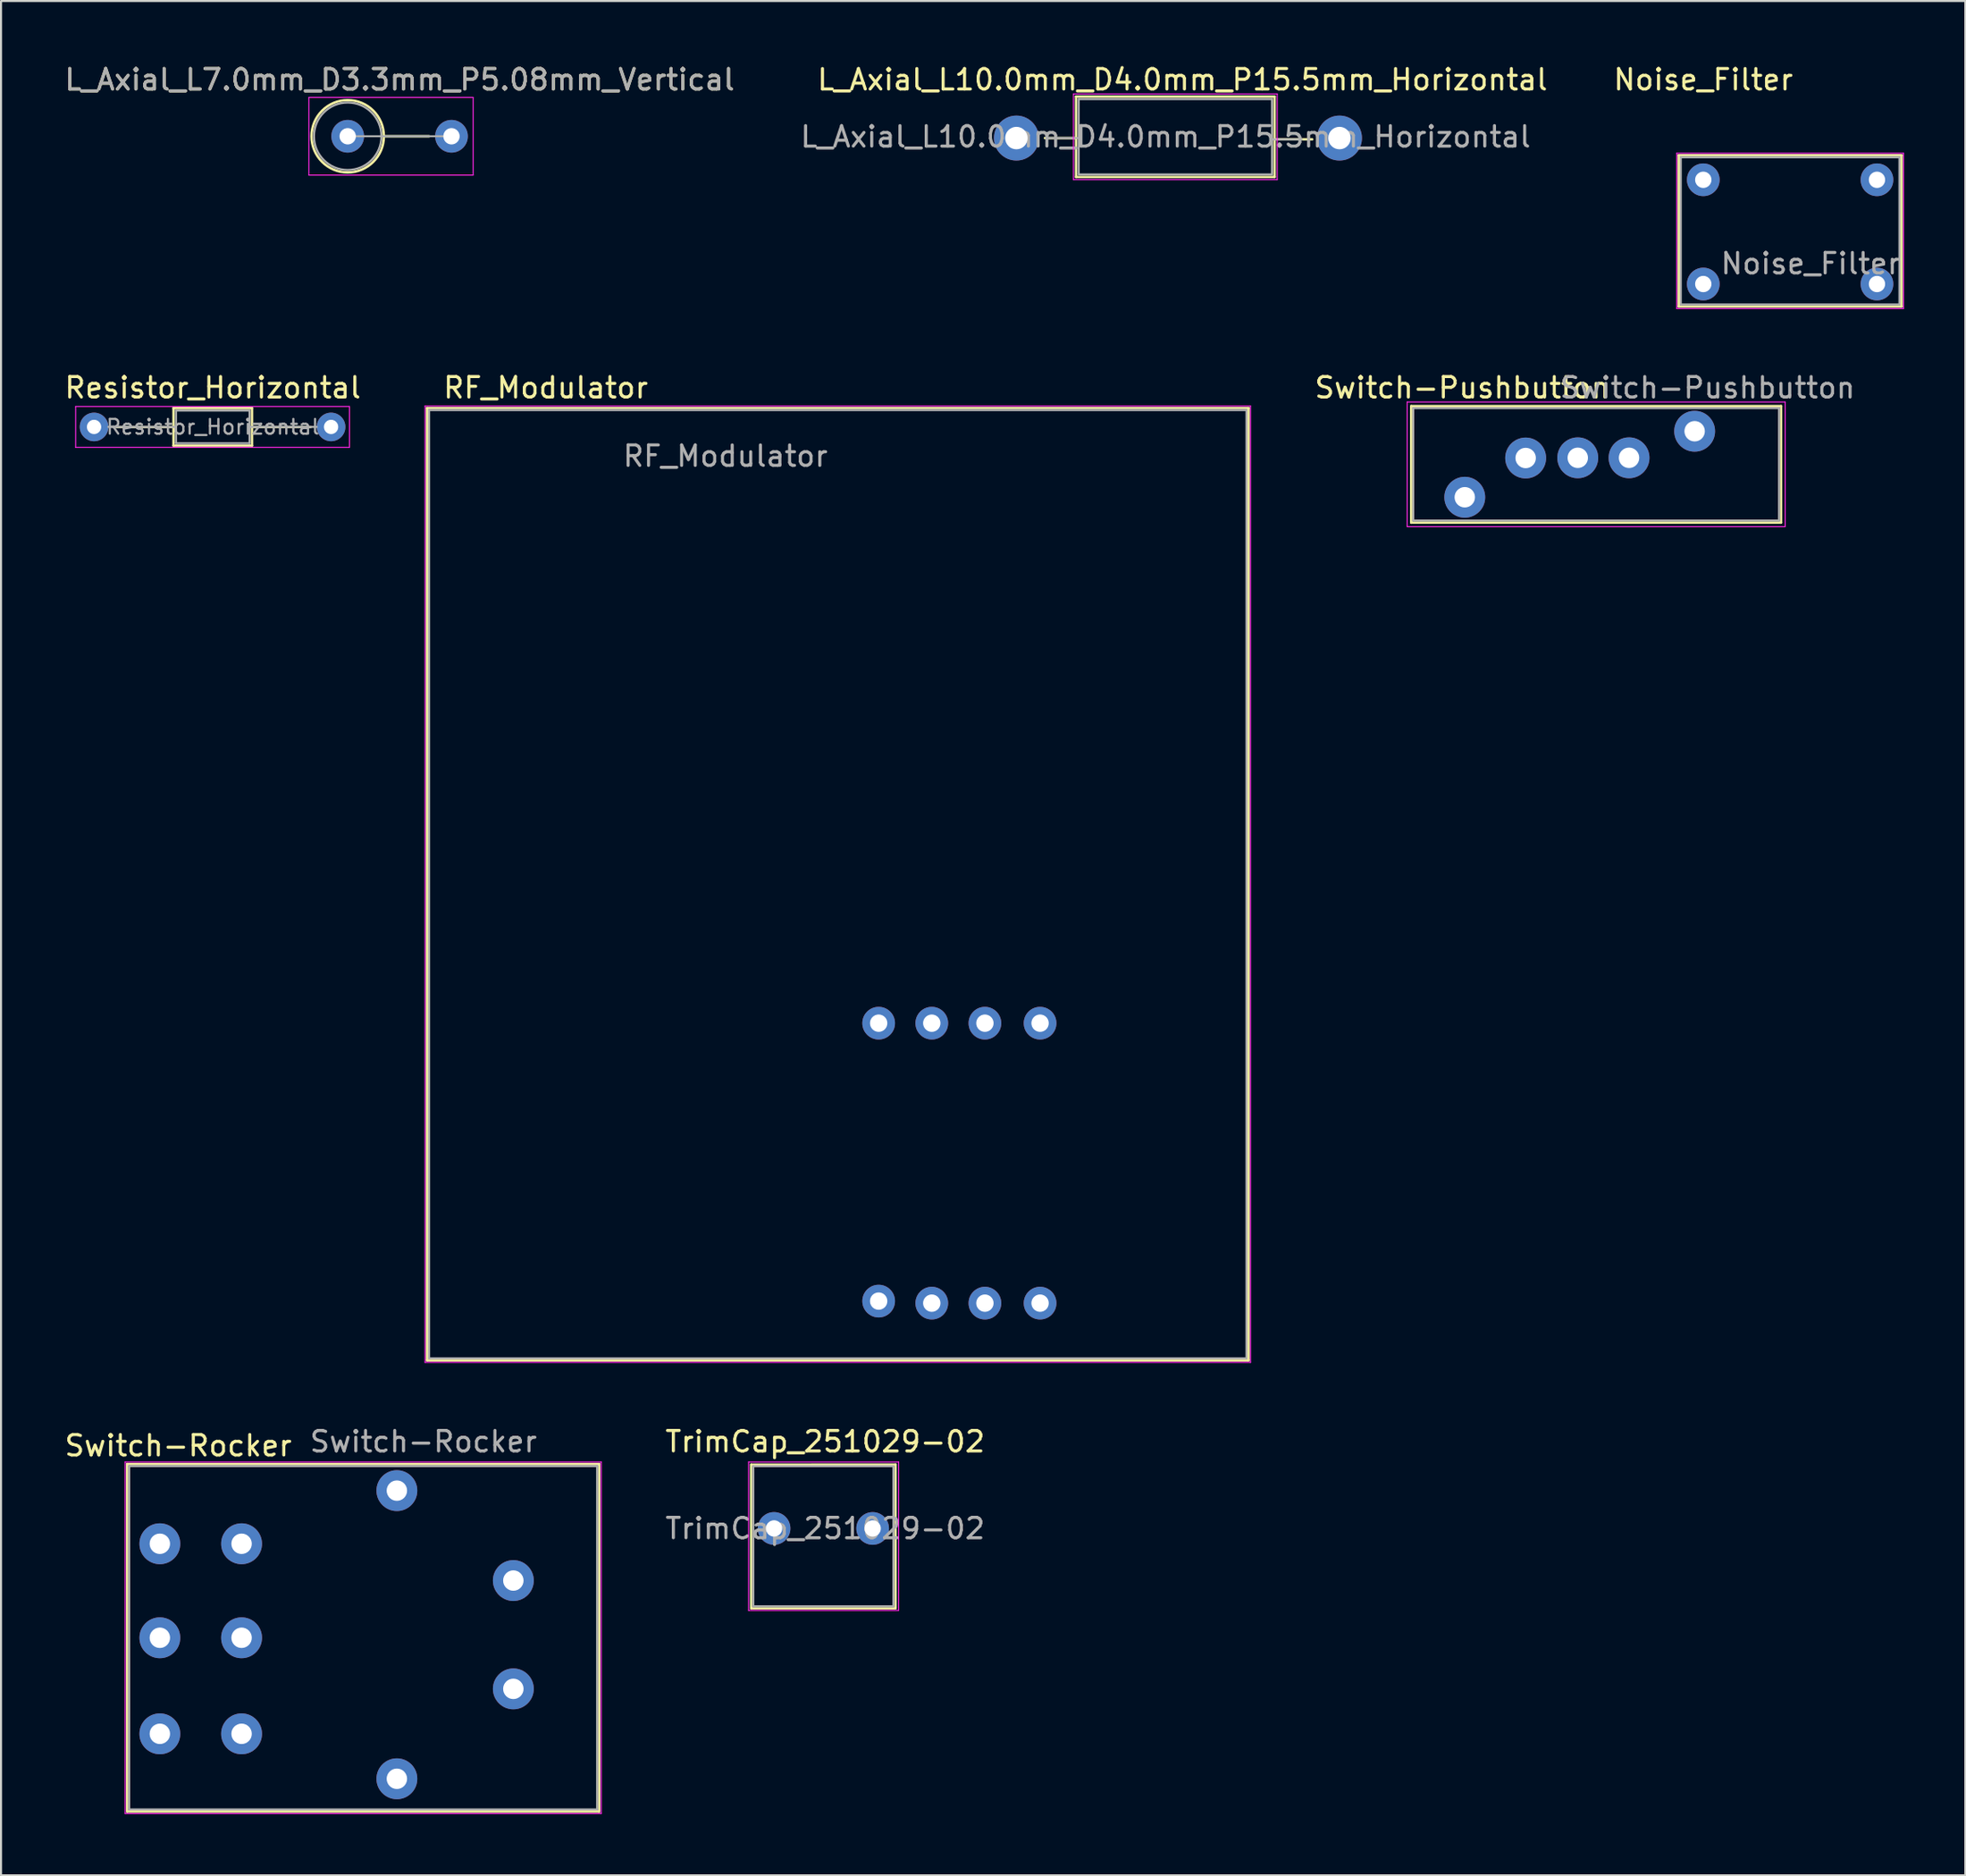
<source format=kicad_pcb>
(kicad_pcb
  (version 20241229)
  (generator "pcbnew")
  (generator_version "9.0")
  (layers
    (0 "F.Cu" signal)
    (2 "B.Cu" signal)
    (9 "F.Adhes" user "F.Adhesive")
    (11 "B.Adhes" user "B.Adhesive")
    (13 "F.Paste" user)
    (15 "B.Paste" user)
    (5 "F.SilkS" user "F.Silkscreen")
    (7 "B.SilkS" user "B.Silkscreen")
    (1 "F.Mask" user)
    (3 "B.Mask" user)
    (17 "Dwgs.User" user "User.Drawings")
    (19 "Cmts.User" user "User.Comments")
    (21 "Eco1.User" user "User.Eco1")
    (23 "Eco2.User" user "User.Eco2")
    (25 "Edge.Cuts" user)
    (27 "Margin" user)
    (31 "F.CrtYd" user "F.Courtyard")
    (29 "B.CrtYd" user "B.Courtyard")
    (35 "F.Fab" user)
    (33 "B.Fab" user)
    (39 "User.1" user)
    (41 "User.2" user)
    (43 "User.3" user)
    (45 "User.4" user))
  (footprint "Resistor_Horizontal"
    (layer "F.Cu")
    (at 3.553 17.841)
    (property "Reference" "Resistor_Horizontal" (at 3.81 -1.92 0) (layer "F.SilkS") (effects (font (size 1 1) (thickness 0.15))))
    (attr through_hole)
    (fp_line (start -0.9 0) (end 1.89 0) (stroke (width 0.12) (type solid)) (layer "F.SilkS"))
    (fp_line (start 1.89 -0.92) (end 1.89 0.92) (stroke (width 0.12) (type solid)) (layer "F.SilkS"))
    (fp_line (start 1.89 0.92) (end 5.73 0.92) (stroke (width 0.12) (type solid)) (layer "F.SilkS"))
    (fp_line (start 5.73 -0.92) (end 1.89 -0.92) (stroke (width 0.12) (type solid)) (layer "F.SilkS"))
    (fp_line (start 5.73 0.92) (end 5.73 -0.92) (stroke (width 0.12) (type solid)) (layer "F.SilkS"))
    (fp_line (start 8.6 0) (end 5.73 0) (stroke (width 0.12) (type solid)) (layer "F.SilkS"))
    (fp_line (start -2.9 -1) (end -2.9 1) (stroke (width 0.05) (type solid)) (layer "F.CrtYd"))
    (fp_line (start -2.9 1) (end 10.5 1) (stroke (width 0.05) (type solid)) (layer "F.CrtYd"))
    (fp_line (start 10.5 -1) (end -2.9 -1) (stroke (width 0.05) (type solid)) (layer "F.CrtYd"))
    (fp_line (start 10.5 1) (end 10.5 -1) (stroke (width 0.05) (type solid)) (layer "F.CrtYd"))
    (fp_line (start -1.3 0) (end 2.01 0) (stroke (width 0.1) (type solid)) (layer "F.Fab"))
    (fp_line (start 2.01 -0.8) (end 2.01 0.8) (stroke (width 0.1) (type solid)) (layer "F.Fab"))
    (fp_line (start 2.01 0.8) (end 5.61 0.8) (stroke (width 0.1) (type solid)) (layer "F.Fab"))
    (fp_line (start 5.61 -0.8) (end 2.01 -0.8) (stroke (width 0.1) (type solid)) (layer "F.Fab"))
    (fp_line (start 5.61 0.8) (end 5.61 -0.8) (stroke (width 0.1) (type solid)) (layer "F.Fab"))
    (fp_line (start 8.9 0) (end 5.61 0) (stroke (width 0.1) (type solid)) (layer "F.Fab"))
    (fp_text user "${REFERENCE}" (at 3.81 0 0) (layer "F.Fab") (effects (font (size 0.72 0.72) (thickness 0.108))))
    (pad "1" thru_hole circle (at -2 0) (size 1.4 1.4) (drill 0.7) (layers "*.Cu" "*.Mask"))
    (pad "2" thru_hole oval (at 9.6 0) (size 1.4 1.4) (drill 0.7) (layers "*.Cu" "*.Mask")))
  (footprint "RF_Modulator"
    (layer "F.Cu")
    (at 18.451 22.017)
    (property "Reference" "RF_Modulator" (at 5.207 -6.096 0) (layer "F.SilkS") (effects (font (size 1 1) (thickness 0.15))))
    (attr through_hole)
    (fp_line (start -0.6 -5.1) (end -0.6 41.5) (stroke (width 0.12) (type solid)) (layer "F.SilkS"))
    (fp_line (start -0.6 41.5) (end 39.6 41.5) (stroke (width 0.12) (type solid)) (layer "F.SilkS"))
    (fp_line (start 39.6 -5.1) (end -0.6 -5.1) (stroke (width 0.12) (type solid)) (layer "F.SilkS"))
    (fp_line (start 39.6 41.5) (end 39.6 -5.1) (stroke (width 0.12) (type solid)) (layer "F.SilkS"))
    (fp_line (start -0.7 -5.2) (end -0.7 41.6) (stroke (width 0.05) (type solid)) (layer "F.CrtYd"))
    (fp_line (start -0.7 41.6) (end 39.7 41.6) (stroke (width 0.05) (type solid)) (layer "F.CrtYd"))
    (fp_line (start 39.7 -5.2) (end -0.7 -5.2) (stroke (width 0.05) (type solid)) (layer "F.CrtYd"))
    (fp_line (start 39.7 41.6) (end 39.7 -5.2) (stroke (width 0.05) (type solid)) (layer "F.CrtYd"))
    (fp_line (start -0.5 -5) (end -0.5 41.4) (stroke (width 0.1) (type solid)) (layer "F.Fab"))
    (fp_line (start 39.5 -5) (end -0.5 -5) (stroke (width 0.1) (type solid)) (layer "F.Fab"))
    (fp_line (start 39.5 -5) (end 39.5 41.4) (stroke (width 0.1) (type solid)) (layer "F.Fab"))
    (fp_line (start 39.5 41.4) (end -0.5 41.4) (stroke (width 0.1) (type solid)) (layer "F.Fab"))
    (fp_text user "${REFERENCE}" (at 14 -2.75 0) (layer "F.Fab") (effects (font (size 1 1) (thickness 0.15))))
    (pad "1" thru_hole oval (at 21.5 38.6) (size 1.6 1.6) (drill 0.85) (layers "*.Cu" "*.Mask"))
    (pad "2" thru_hole oval (at 21.5 25) (size 1.6 1.6) (drill 0.85) (layers "*.Cu" "*.Mask"))
    (pad "3" thru_hole circle (at 26.7 38.7) (size 1.6 1.6) (drill 0.85) (layers "*.Cu" "*.Mask"))
    (pad "4" thru_hole oval (at 29.4 38.7) (size 1.6 1.6) (drill 0.85) (layers "*.Cu" "*.Mask"))
    (pad "5" thru_hole oval (at 24.1 38.7) (size 1.6 1.6) (drill 0.85) (layers "*.Cu" "*.Mask"))
    (pad "6" thru_hole oval (at 24.1 25) (size 1.6 1.6) (drill 0.85) (layers "*.Cu" "*.Mask"))
    (pad "7" thru_hole oval (at 26.7 25) (size 1.6 1.6) (drill 0.85) (layers "*.Cu" "*.Mask"))
    (pad "8" thru_hole oval (at 29.4 25) (size 1.6 1.6) (drill 0.85) (layers "*.Cu" "*.Mask")))
  (footprint "L_Axial_L10.0mm_D4.0mm_P15.5mm_Horizontal"
    (layer "F.Cu")
    (at 54.82 3.96)
    (property "Reference" "L_Axial_L10.0mm_D4.0mm_P15.5mm_Horizontal" (at 0 -3.111 0) (layer "F.SilkS") (effects (font (size 1 1) (thickness 0.15))))
    (attr through_hole)
    (fp_line (start -6.731 -0.254) (end -5.207 -0.254) (stroke (width 0.12) (type solid)) (layer "F.SilkS"))
    (fp_line (start -5.207 -2.286) (end -5.207 1.651) (stroke (width 0.12) (type solid)) (layer "F.SilkS"))
    (fp_line (start -5.207 1.651) (end 4.508 1.651) (stroke (width 0.12) (type solid)) (layer "F.SilkS"))
    (fp_line (start 4.508 -2.286) (end -5.207 -2.286) (stroke (width 0.12) (type solid)) (layer "F.SilkS"))
    (fp_line (start 4.508 1.651) (end 4.508 -2.286) (stroke (width 0.12) (type solid)) (layer "F.SilkS"))
    (fp_line (start 6.35 -0.191) (end 4.508 -0.191) (stroke (width 0.12) (type solid)) (layer "F.SilkS"))
    (fp_line (start -5.334 -2.413) (end -5.334 1.778) (stroke (width 0.05) (type solid)) (layer "F.CrtYd"))
    (fp_line (start -5.334 1.778) (end 4.636 1.778) (stroke (width 0.05) (type solid)) (layer "F.CrtYd"))
    (fp_line (start 4.636 -2.413) (end -5.334 -2.413) (stroke (width 0.05) (type solid)) (layer "F.CrtYd"))
    (fp_line (start 4.636 1.778) (end 4.636 -2.413) (stroke (width 0.05) (type solid)) (layer "F.CrtYd"))
    (fp_line (start -6.604 -0.254) (end -5.08 -0.254) (stroke (width 0.1) (type solid)) (layer "F.Fab"))
    (fp_line (start -5.08 -2.159) (end -5.08 1.524) (stroke (width 0.1) (type solid)) (layer "F.Fab"))
    (fp_line (start -5.08 1.524) (end 4.381 1.524) (stroke (width 0.1) (type solid)) (layer "F.Fab"))
    (fp_line (start 4.381 -2.159) (end -5.08 -2.159) (stroke (width 0.1) (type solid)) (layer "F.Fab"))
    (fp_line (start 4.381 1.524) (end 4.381 -2.159) (stroke (width 0.1) (type solid)) (layer "F.Fab"))
    (fp_line (start 5.842 -0.191) (end 4.381 -0.191) (stroke (width 0.1) (type solid)) (layer "F.Fab"))
    (fp_text user "${REFERENCE}" (at -0.826 -0.318 0) (layer "F.Fab") (effects (font (size 1 1) (thickness 0.15))))
    (pad "1" thru_hole circle (at -8.128 -0.254) (size 2.2 2.2) (drill 1.1) (layers "*.Cu" "*.Mask"))
    (pad "2" thru_hole oval (at 7.684 -0.254) (size 2.2 2.2) (drill 1.1) (layers "*.Cu" "*.Mask")))
  (footprint "Noise_Filter"
    (layer "F.Cu")
    (at 79.308 4.848)
    (property "Reference" "Noise_Filter" (at 1 -4 0) (layer "F.SilkS") (effects (font (size 1 1) (thickness 0.15))))
    (attr through_hole)
    (fp_line (start -0.2 -0.3) (end -0.2 7.1) (stroke (width 0.12) (type solid)) (layer "F.SilkS"))
    (fp_line (start -0.2 -0.3) (end 10.7 -0.3) (stroke (width 0.12) (type solid)) (layer "F.SilkS"))
    (fp_line (start -0.2 7.1) (end 10.7 7.1) (stroke (width 0.12) (type solid)) (layer "F.SilkS"))
    (fp_line (start 10.7 -0.3) (end 10.7 7.1) (stroke (width 0.12) (type solid)) (layer "F.SilkS"))
    (fp_line (start -0.3 -0.4) (end -0.3 7.2) (stroke (width 0.05) (type solid)) (layer "F.CrtYd"))
    (fp_line (start -0.3 7.2) (end 10.8 7.2) (stroke (width 0.05) (type solid)) (layer "F.CrtYd"))
    (fp_line (start 10.8 -0.4) (end -0.3 -0.4) (stroke (width 0.05) (type solid)) (layer "F.CrtYd"))
    (fp_line (start 10.8 7.2) (end 10.8 -0.4) (stroke (width 0.05) (type solid)) (layer "F.CrtYd"))
    (fp_line (start -0.1 -0.2) (end 10.6 -0.2) (stroke (width 0.1) (type solid)) (layer "F.Fab"))
    (fp_line (start -0.1 7) (end -0.1 -0.2) (stroke (width 0.1) (type solid)) (layer "F.Fab"))
    (fp_line (start -0.1 7) (end 10.6 7) (stroke (width 0.1) (type solid)) (layer "F.Fab"))
    (fp_line (start 10.6 7) (end 10.6 -0.2) (stroke (width 0.1) (type solid)) (layer "F.Fab"))
    (fp_text user "${REFERENCE}" (at 6.25 5 0) (layer "F.Fab") (effects (font (size 1 1) (thickness 0.15))))
    (pad "1" thru_hole oval (at 1 0.9) (size 1.6 1.6) (drill 0.8) (layers "*.Cu" "*.Mask"))
    (pad "2" thru_hole oval (at 9.5 0.9) (size 1.6 1.6) (drill 0.8) (layers "*.Cu" "*.Mask"))
    (pad "3" thru_hole oval (at 1 6) (size 1.6 1.6) (drill 0.8) (layers "*.Cu" "*.Mask"))
    (pad "4" thru_hole oval (at 9.5 6) (size 1.6 1.6) (drill 0.8) (layers "*.Cu" "*.Mask")))
  (footprint "Switch-Rocker"
    (layer "F.Cu")
    (at 8.273 70.691)
    (property "Reference" "Switch-Rocker" (at -2.6 -3 0) (layer "F.SilkS") (effects (font (size 1 1) (thickness 0.15))))
    (attr through_hole)
    (fp_line (start -5.1 -2.1) (end -5.1 14.9) (stroke (width 0.12) (type solid)) (layer "F.SilkS"))
    (fp_line (start -5.1 -2.1) (end 18 -2.1) (stroke (width 0.12) (type solid)) (layer "F.SilkS"))
    (fp_line (start -5.1 14.9) (end 18 14.9) (stroke (width 0.12) (type solid)) (layer "F.SilkS"))
    (fp_line (start 18 -2.1) (end 18 14.9) (stroke (width 0.12) (type solid)) (layer "F.SilkS"))
    (fp_line (start -5.2 -2.2) (end -5.2 15) (stroke (width 0.05) (type solid)) (layer "F.CrtYd"))
    (fp_line (start -5.2 15) (end 18.1 15) (stroke (width 0.05) (type solid)) (layer "F.CrtYd"))
    (fp_line (start 18.1 -2.2) (end -5.2 -2.2) (stroke (width 0.05) (type solid)) (layer "F.CrtYd"))
    (fp_line (start 18.1 15) (end 18.1 -2.2) (stroke (width 0.05) (type solid)) (layer "F.CrtYd"))
    (fp_line (start -5 -2) (end -5 14.8) (stroke (width 0.1) (type solid)) (layer "F.Fab"))
    (fp_line (start -5 14.8) (end 17.9 14.8) (stroke (width 0.1) (type solid)) (layer "F.Fab"))
    (fp_line (start 17.9 -2) (end -5 -2) (stroke (width 0.1) (type solid)) (layer "F.Fab"))
    (fp_line (start 17.9 14.8) (end 17.9 -2) (stroke (width 0.1) (type solid)) (layer "F.Fab"))
    (fp_text user "${REFERENCE}" (at 9.4 -3.2 0) (layer "F.Fab") (effects (font (size 1 1) (thickness 0.15))))
    (pad "" thru_hole circle (at 8.1 -0.8) (size 2 2) (drill 1) (layers "*.Cu" "*.Mask"))
    (pad "" thru_hole circle (at 8.1 13.3) (size 2 2) (drill 1) (layers "*.Cu" "*.Mask"))
    (pad "" thru_hole circle (at 13.8 3.6) (size 2 2) (drill 1) (layers "*.Cu" "*.Mask"))
    (pad "" thru_hole circle (at 13.8 8.9) (size 2 2) (drill 1) (layers "*.Cu" "*.Mask"))
    (pad "1" thru_hole circle (at -3.5 1.8) (size 2 2) (drill 1) (layers "*.Cu" "*.Mask"))
    (pad "2" thru_hole circle (at -3.5 6.4) (size 2 2) (drill 1) (layers "*.Cu" "*.Mask"))
    (pad "3" thru_hole circle (at -3.5 11.1) (size 2 2) (drill 1) (layers "*.Cu" "*.Mask"))
    (pad "4" thru_hole circle (at 0.5 1.8) (size 2 2) (drill 1) (layers "*.Cu" "*.Mask"))
    (pad "5" thru_hole circle (at 0.5 6.4) (size 2 2) (drill 1) (layers "*.Cu" "*.Mask"))
    (pad "6" thru_hole circle (at 0.5 11.1) (size 2 2) (drill 1) (layers "*.Cu" "*.Mask")))
  (footprint "TrimCap_251029-02"
    (layer "F.Cu")
    (at 34.832 71.741)
    (property "Reference" "TrimCap_251029-02" (at 2.5 -4.25 0) (layer "F.SilkS") (effects (font (size 1 1) (thickness 0.15))))
    (attr through_hole)
    (fp_line (start -1.12 -3.12) (end -1.118 3.912) (stroke (width 0.12) (type solid)) (layer "F.SilkS"))
    (fp_line (start -1.12 -3.12) (end 5.944 -3.124) (stroke (width 0.12) (type solid)) (layer "F.SilkS"))
    (fp_line (start -1.118 3.912) (end 5.944 3.912) (stroke (width 0.12) (type solid)) (layer "F.SilkS"))
    (fp_line (start 5.944 -3.124) (end 5.944 3.886) (stroke (width 0.12) (type solid)) (layer "F.SilkS"))
    (fp_line (start -1.245 -3.251) (end -1.245 4.013) (stroke (width 0.05) (type solid)) (layer "F.CrtYd"))
    (fp_line (start -1.245 4.013) (end 6.071 4.013) (stroke (width 0.05) (type solid)) (layer "F.CrtYd"))
    (fp_line (start 6.096 -3.25) (end -1.245 -3.251) (stroke (width 0.05) (type solid)) (layer "F.CrtYd"))
    (fp_line (start 6.096 4.013) (end 6.096 -3.25) (stroke (width 0.05) (type solid)) (layer "F.CrtYd"))
    (fp_line (start -1.016 -3.048) (end -1.016 3.81) (stroke (width 0.1) (type solid)) (layer "F.Fab"))
    (fp_line (start -1.016 3.81) (end 5.842 3.81) (stroke (width 0.1) (type solid)) (layer "F.Fab"))
    (fp_line (start 5.842 -3.048) (end -1.016 -3.048) (stroke (width 0.1) (type solid)) (layer "F.Fab"))
    (fp_line (start 5.842 3.81) (end 5.842 -3) (stroke (width 0.1) (type solid)) (layer "F.Fab"))
    (fp_text user "${REFERENCE}" (at 2.5 0 0) (layer "F.Fab") (effects (font (size 1 1) (thickness 0.15))))
    (pad "1" thru_hole circle (at 0 0) (size 1.6 1.6) (drill 0.8) (layers "*.Cu" "*.Mask"))
    (pad "2" thru_hole circle (at 4.826 0) (size 1.6 1.6) (drill 0.8) (layers "*.Cu" "*.Mask")))
  (footprint "L_Axial_L7.0mm_D3.3mm_P5.08mm_Vertical"
    (layer "F.Cu")
    (at 13.966 3.618)
    (property "Reference" "L_Axial_L7.0mm_D3.3mm_P5.08mm_Vertical" (at 2.54 -2.77 0) (layer "F.SilkS") (effects (font (size 1 1) (thickness 0.15))))
    (attr through_hole)
    (fp_line (start 1.77 0) (end 3.98 0) (stroke (width 0.12) (type solid)) (layer "F.SilkS"))
    (fp_circle (center 0 0) (end 1.77 0) (stroke (width 0.12) (type solid)) (fill no) (layer "F.SilkS"))
    (fp_line (start -1.9 -1.9) (end -1.9 1.9) (stroke (width 0.05) (type solid)) (layer "F.CrtYd"))
    (fp_line (start -1.9 1.9) (end 6.14 1.9) (stroke (width 0.05) (type solid)) (layer "F.CrtYd"))
    (fp_line (start 6.14 -1.9) (end -1.9 -1.9) (stroke (width 0.05) (type solid)) (layer "F.CrtYd"))
    (fp_line (start 6.14 1.9) (end 6.14 -1.9) (stroke (width 0.05) (type solid)) (layer "F.CrtYd"))
    (fp_line (start 0 0) (end 5.08 0) (stroke (width 0.1) (type solid)) (layer "F.Fab"))
    (fp_circle (center 0 0) (end 1.65 0) (stroke (width 0.1) (type solid)) (fill no) (layer "F.Fab"))
    (fp_text user "${REFERENCE}" (at 2.54 -2.77 0) (layer "F.Fab") (effects (font (size 1 1) (thickness 0.15))))
    (pad "1" thru_hole circle (at 0 0) (size 1.6 1.6) (drill 0.8) (layers "*.Cu" "*.Mask"))
    (pad "2" thru_hole oval (at 5.08 0) (size 1.6 1.6) (drill 0.8) (layers "*.Cu" "*.Mask")))
  (footprint "Switch-Pushbutton"
    (layer "F.Cu")
    (at 71.115 19.122)
    (property "Reference" "Switch-Pushbutton" (at -2.6 -3.2 0) (layer "F.SilkS") (effects (font (size 1 1) (thickness 0.15))))
    (attr through_hole)
    (fp_line (start -5.1 -2.3) (end -5.1 3.4) (stroke (width 0.12) (type solid)) (layer "F.SilkS"))
    (fp_line (start -5.1 -2.3) (end 13 -2.3) (stroke (width 0.12) (type solid)) (layer "F.SilkS"))
    (fp_line (start -5.1 3.4) (end 13 3.4) (stroke (width 0.12) (type solid)) (layer "F.SilkS"))
    (fp_line (start 13 -2.3) (end 13 3.4) (stroke (width 0.12) (type solid)) (layer "F.SilkS"))
    (fp_line (start -5.3 -2.5) (end -5.3 3.6) (stroke (width 0.05) (type solid)) (layer "F.CrtYd"))
    (fp_line (start -5.3 3.6) (end 13.2 3.6) (stroke (width 0.05) (type solid)) (layer "F.CrtYd"))
    (fp_line (start 13.2 -2.5) (end -5.3 -2.5) (stroke (width 0.05) (type solid)) (layer "F.CrtYd"))
    (fp_line (start 13.2 3.6) (end 13.2 -2.5) (stroke (width 0.05) (type solid)) (layer "F.CrtYd"))
    (fp_line (start -5 -2.2) (end -5 3.3) (stroke (width 0.1) (type solid)) (layer "F.Fab"))
    (fp_line (start -5 3.3) (end 12.9 3.3) (stroke (width 0.1) (type solid)) (layer "F.Fab"))
    (fp_line (start 12.9 -2.2) (end -5 -2.2) (stroke (width 0.1) (type solid)) (layer "F.Fab"))
    (fp_line (start 12.9 3.3) (end 12.9 -2.2) (stroke (width 0.1) (type solid)) (layer "F.Fab"))
    (fp_text user "${REFERENCE}" (at 9.4 -3.2 0) (layer "F.Fab") (effects (font (size 1 1) (thickness 0.15))))
    (pad "" thru_hole circle (at -2.48 2.16) (size 2 2) (drill 1) (layers "*.Cu" "*.Mask"))
    (pad "" thru_hole circle (at 5.56 0.23) (size 2 2) (drill 1) (layers "*.Cu" "*.Mask"))
    (pad "" thru_hole circle (at 8.77 -1.07) (size 2 2) (drill 1) (layers "*.Cu" "*.Mask"))
    (pad "1" thru_hole circle (at 0.5 0.24) (size 2 2) (drill 1) (layers "*.Cu" "*.Mask"))
    (pad "2" thru_hole circle (at 3.05 0.23) (size 2 2) (drill 1) (layers "*.Cu" "*.Mask")))
  (gr_rect
    (start -3 -3)
    (end 93.133 88.716)
    (stroke (width 0.1) (type default))
    (fill no)
    (layer "Edge.Cuts")))
</source>
